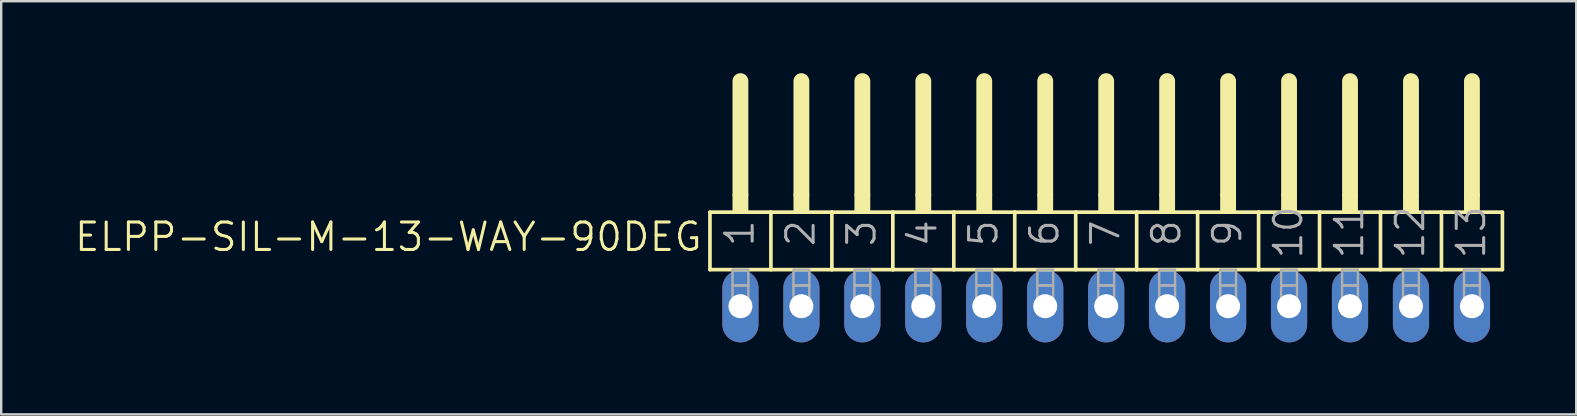
<source format=kicad_pcb>
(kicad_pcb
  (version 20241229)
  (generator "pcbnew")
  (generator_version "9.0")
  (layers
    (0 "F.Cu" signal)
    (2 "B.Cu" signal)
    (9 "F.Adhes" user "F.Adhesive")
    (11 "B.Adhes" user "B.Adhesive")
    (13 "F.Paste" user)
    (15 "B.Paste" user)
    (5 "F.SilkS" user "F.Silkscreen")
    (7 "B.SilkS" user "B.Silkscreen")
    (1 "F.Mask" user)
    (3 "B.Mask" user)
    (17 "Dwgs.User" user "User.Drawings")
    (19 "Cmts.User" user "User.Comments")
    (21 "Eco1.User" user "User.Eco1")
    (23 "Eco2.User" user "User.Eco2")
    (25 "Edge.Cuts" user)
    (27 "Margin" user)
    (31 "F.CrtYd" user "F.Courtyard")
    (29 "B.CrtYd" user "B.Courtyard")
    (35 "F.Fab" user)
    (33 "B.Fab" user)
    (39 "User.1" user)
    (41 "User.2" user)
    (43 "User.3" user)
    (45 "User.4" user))
  (footprint "ELPP-SIL-M-13-WAY-90DEG"
    (layer "F.Cu")
    (at 43.042 9.709)
    (property "Reference" "ELPP-SIL-M-13-WAY-90DEG" (at -16.764 -3.556 0) (unlocked yes) (layer "F.SilkS") (effects (font (size 1.143 1.143) (thickness 0.127)) (justify right top)))
    (fp_line (start -16.51 -3.918) (end -13.97 -3.918) (stroke (width 0.152) (type solid)) (layer "F.SilkS"))
    (fp_line (start -16.51 -1.524) (end -16.51 -3.918) (stroke (width 0.152) (type solid)) (layer "F.SilkS"))
    (fp_line (start -15.24 -4.68) (end -15.24 -9.379) (stroke (width 0.66) (type solid)) (layer "F.SilkS"))
    (fp_line (start -13.97 -3.918) (end -11.43 -3.918) (stroke (width 0.152) (type solid)) (layer "F.SilkS"))
    (fp_line (start -13.97 -1.524) (end -16.51 -1.524) (stroke (width 0.152) (type solid)) (layer "F.SilkS"))
    (fp_line (start -13.97 -1.524) (end -13.97 -3.918) (stroke (width 0.152) (type solid)) (layer "F.SilkS"))
    (fp_line (start -13.97 -1.524) (end -11.43 -1.524) (stroke (width 0.152) (type solid)) (layer "F.SilkS"))
    (fp_line (start -12.7 -4.68) (end -12.7 -9.379) (stroke (width 0.66) (type solid)) (layer "F.SilkS"))
    (fp_line (start -11.43 -3.918) (end -8.89 -3.918) (stroke (width 0.152) (type solid)) (layer "F.SilkS"))
    (fp_line (start -11.43 -1.524) (end -11.43 -3.918) (stroke (width 0.152) (type solid)) (layer "F.SilkS"))
    (fp_line (start -10.16 -4.68) (end -10.16 -9.379) (stroke (width 0.66) (type solid)) (layer "F.SilkS"))
    (fp_line (start -8.89 -3.918) (end -6.35 -3.918) (stroke (width 0.152) (type solid)) (layer "F.SilkS"))
    (fp_line (start -8.89 -1.524) (end -11.43 -1.524) (stroke (width 0.152) (type solid)) (layer "F.SilkS"))
    (fp_line (start -8.89 -1.524) (end -8.89 -3.918) (stroke (width 0.152) (type solid)) (layer "F.SilkS"))
    (fp_line (start -7.62 -4.68) (end -7.62 -9.379) (stroke (width 0.66) (type solid)) (layer "F.SilkS"))
    (fp_line (start -6.35 -3.918) (end -3.81 -3.918) (stroke (width 0.152) (type solid)) (layer "F.SilkS"))
    (fp_line (start -6.35 -1.524) (end -8.89 -1.524) (stroke (width 0.152) (type solid)) (layer "F.SilkS"))
    (fp_line (start -6.35 -1.524) (end -6.35 -3.918) (stroke (width 0.152) (type solid)) (layer "F.SilkS"))
    (fp_line (start -5.08 -4.68) (end -5.08 -9.379) (stroke (width 0.66) (type solid)) (layer "F.SilkS"))
    (fp_line (start -3.81 -3.918) (end -1.27 -3.918) (stroke (width 0.152) (type solid)) (layer "F.SilkS"))
    (fp_line (start -3.81 -1.524) (end -6.35 -1.524) (stroke (width 0.152) (type solid)) (layer "F.SilkS"))
    (fp_line (start -3.81 -1.524) (end -3.81 -3.918) (stroke (width 0.152) (type solid)) (layer "F.SilkS"))
    (fp_line (start -2.54 -4.68) (end -2.54 -9.379) (stroke (width 0.66) (type solid)) (layer "F.SilkS"))
    (fp_line (start -1.27 -3.918) (end 1.27 -3.918) (stroke (width 0.152) (type solid)) (layer "F.SilkS"))
    (fp_line (start -1.27 -1.524) (end -3.81 -1.524) (stroke (width 0.152) (type solid)) (layer "F.SilkS"))
    (fp_line (start -1.27 -1.524) (end -1.27 -3.918) (stroke (width 0.152) (type solid)) (layer "F.SilkS"))
    (fp_line (start -1.27 -1.524) (end 1.27 -1.524) (stroke (width 0.152) (type solid)) (layer "F.SilkS"))
    (fp_line (start 0 -4.68) (end 0 -9.379) (stroke (width 0.66) (type solid)) (layer "F.SilkS"))
    (fp_line (start 1.27 -3.918) (end 3.81 -3.918) (stroke (width 0.152) (type solid)) (layer "F.SilkS"))
    (fp_line (start 1.27 -1.524) (end 1.27 -3.918) (stroke (width 0.152) (type solid)) (layer "F.SilkS"))
    (fp_line (start 2.54 -4.68) (end 2.54 -9.379) (stroke (width 0.66) (type solid)) (layer "F.SilkS"))
    (fp_line (start 3.81 -3.918) (end 6.35 -3.918) (stroke (width 0.152) (type solid)) (layer "F.SilkS"))
    (fp_line (start 3.81 -1.524) (end 1.27 -1.524) (stroke (width 0.152) (type solid)) (layer "F.SilkS"))
    (fp_line (start 3.81 -1.524) (end 3.81 -3.918) (stroke (width 0.152) (type solid)) (layer "F.SilkS"))
    (fp_line (start 5.08 -4.68) (end 5.08 -9.379) (stroke (width 0.66) (type solid)) (layer "F.SilkS"))
    (fp_line (start 6.35 -3.918) (end 8.89 -3.918) (stroke (width 0.152) (type solid)) (layer "F.SilkS"))
    (fp_line (start 6.35 -1.524) (end 3.81 -1.524) (stroke (width 0.152) (type solid)) (layer "F.SilkS"))
    (fp_line (start 6.35 -1.524) (end 6.35 -3.918) (stroke (width 0.152) (type solid)) (layer "F.SilkS"))
    (fp_line (start 7.62 -4.68) (end 7.62 -9.379) (stroke (width 0.66) (type solid)) (layer "F.SilkS"))
    (fp_line (start 8.89 -3.918) (end 11.43 -3.918) (stroke (width 0.152) (type solid)) (layer "F.SilkS"))
    (fp_line (start 8.89 -1.524) (end 6.35 -1.524) (stroke (width 0.152) (type solid)) (layer "F.SilkS"))
    (fp_line (start 8.89 -1.524) (end 8.89 -3.918) (stroke (width 0.152) (type solid)) (layer "F.SilkS"))
    (fp_line (start 10.16 -4.68) (end 10.16 -9.379) (stroke (width 0.66) (type solid)) (layer "F.SilkS"))
    (fp_line (start 11.43 -3.918) (end 13.97 -3.918) (stroke (width 0.152) (type solid)) (layer "F.SilkS"))
    (fp_line (start 11.43 -1.524) (end 8.89 -1.524) (stroke (width 0.152) (type solid)) (layer "F.SilkS"))
    (fp_line (start 11.43 -1.524) (end 11.43 -3.918) (stroke (width 0.152) (type solid)) (layer "F.SilkS"))
    (fp_line (start 11.43 -1.524) (end 13.97 -1.524) (stroke (width 0.152) (type solid)) (layer "F.SilkS"))
    (fp_line (start 12.7 -4.68) (end 12.7 -9.379) (stroke (width 0.66) (type solid)) (layer "F.SilkS"))
    (fp_line (start 13.97 -3.918) (end 16.51 -3.918) (stroke (width 0.152) (type solid)) (layer "F.SilkS"))
    (fp_line (start 13.97 -1.524) (end 13.97 -3.918) (stroke (width 0.152) (type solid)) (layer "F.SilkS"))
    (fp_line (start 13.97 -1.524) (end 16.51 -1.524) (stroke (width 0.152) (type solid)) (layer "F.SilkS"))
    (fp_line (start 15.24 -4.68) (end 15.24 -9.379) (stroke (width 0.66) (type solid)) (layer "F.SilkS"))
    (fp_line (start 16.51 -1.524) (end 16.51 -3.918) (stroke (width 0.152) (type solid)) (layer "F.SilkS"))
    (fp_poly (pts (xy -15.57 -3.918) (xy -14.91 -3.918) (xy -14.91 -4.68) (xy -15.57 -4.68)) (stroke (width 0) (type default)) (fill yes) (layer "F.SilkS"))
    (fp_poly (pts (xy -13.03 -3.918) (xy -12.37 -3.918) (xy -12.37 -4.68) (xy -13.03 -4.68)) (stroke (width 0) (type default)) (fill yes) (layer "F.SilkS"))
    (fp_poly (pts (xy -10.49 -3.918) (xy -9.83 -3.918) (xy -9.83 -4.68) (xy -10.49 -4.68)) (stroke (width 0) (type default)) (fill yes) (layer "F.SilkS"))
    (fp_poly (pts (xy -7.95 -3.918) (xy -7.29 -3.918) (xy -7.29 -4.68) (xy -7.95 -4.68)) (stroke (width 0) (type default)) (fill yes) (layer "F.SilkS"))
    (fp_poly (pts (xy -5.41 -3.918) (xy -4.75 -3.918) (xy -4.75 -4.68) (xy -5.41 -4.68)) (stroke (width 0) (type default)) (fill yes) (layer "F.SilkS"))
    (fp_poly (pts (xy -2.87 -3.918) (xy -2.21 -3.918) (xy -2.21 -4.68) (xy -2.87 -4.68)) (stroke (width 0) (type default)) (fill yes) (layer "F.SilkS"))
    (fp_poly (pts (xy -0.33 -3.918) (xy 0.33 -3.918) (xy 0.33 -4.68) (xy -0.33 -4.68)) (stroke (width 0) (type default)) (fill yes) (layer "F.SilkS"))
    (fp_poly (pts (xy 2.21 -3.918) (xy 2.87 -3.918) (xy 2.87 -4.68) (xy 2.21 -4.68)) (stroke (width 0) (type default)) (fill yes) (layer "F.SilkS"))
    (fp_poly (pts (xy 4.75 -3.918) (xy 5.41 -3.918) (xy 5.41 -4.68) (xy 4.75 -4.68)) (stroke (width 0) (type default)) (fill yes) (layer "F.SilkS"))
    (fp_poly (pts (xy 7.29 -3.918) (xy 7.95 -3.918) (xy 7.95 -4.68) (xy 7.29 -4.68)) (stroke (width 0) (type default)) (fill yes) (layer "F.SilkS"))
    (fp_poly (pts (xy 9.83 -3.918) (xy 10.49 -3.918) (xy 10.49 -4.68) (xy 9.83 -4.68)) (stroke (width 0) (type default)) (fill yes) (layer "F.SilkS"))
    (fp_poly (pts (xy 12.37 -3.918) (xy 13.03 -3.918) (xy 13.03 -4.68) (xy 12.37 -4.68)) (stroke (width 0) (type default)) (fill yes) (layer "F.SilkS"))
    (fp_poly (pts (xy 14.91 -3.918) (xy 15.57 -3.918) (xy 15.57 -4.68) (xy 14.91 -4.68)) (stroke (width 0) (type default)) (fill yes) (layer "F.SilkS"))
    (fp_poly (pts (xy -15.57 -0.864) (xy -14.91 -0.864) (xy -14.91 -1.524) (xy -15.57 -1.524)) (stroke (width 0.1) (type default)) (fill no) (layer "F.Fab"))
    (fp_poly (pts (xy -15.57 0.33) (xy -14.91 0.33) (xy -14.91 -0.864) (xy -15.57 -0.864)) (stroke (width 0.1) (type default)) (fill no) (layer "F.Fab"))
    (fp_poly (pts (xy -13.03 -0.864) (xy -12.37 -0.864) (xy -12.37 -1.524) (xy -13.03 -1.524)) (stroke (width 0.1) (type default)) (fill no) (layer "F.Fab"))
    (fp_poly (pts (xy -13.03 0.33) (xy -12.37 0.33) (xy -12.37 -0.864) (xy -13.03 -0.864)) (stroke (width 0.1) (type default)) (fill no) (layer "F.Fab"))
    (fp_poly (pts (xy -10.49 -0.864) (xy -9.83 -0.864) (xy -9.83 -1.524) (xy -10.49 -1.524)) (stroke (width 0.1) (type default)) (fill no) (layer "F.Fab"))
    (fp_poly (pts (xy -10.49 0.33) (xy -9.83 0.33) (xy -9.83 -0.864) (xy -10.49 -0.864)) (stroke (width 0.1) (type default)) (fill no) (layer "F.Fab"))
    (fp_poly (pts (xy -7.95 -0.864) (xy -7.29 -0.864) (xy -7.29 -1.524) (xy -7.95 -1.524)) (stroke (width 0.1) (type default)) (fill no) (layer "F.Fab"))
    (fp_poly (pts (xy -7.95 0.33) (xy -7.29 0.33) (xy -7.29 -0.864) (xy -7.95 -0.864)) (stroke (width 0.1) (type default)) (fill no) (layer "F.Fab"))
    (fp_poly (pts (xy -5.41 -0.864) (xy -4.75 -0.864) (xy -4.75 -1.524) (xy -5.41 -1.524)) (stroke (width 0.1) (type default)) (fill no) (layer "F.Fab"))
    (fp_poly (pts (xy -5.41 0.33) (xy -4.75 0.33) (xy -4.75 -0.864) (xy -5.41 -0.864)) (stroke (width 0.1) (type default)) (fill no) (layer "F.Fab"))
    (fp_poly (pts (xy -2.87 -0.864) (xy -2.21 -0.864) (xy -2.21 -1.524) (xy -2.87 -1.524)) (stroke (width 0.1) (type default)) (fill no) (layer "F.Fab"))
    (fp_poly (pts (xy -2.87 0.33) (xy -2.21 0.33) (xy -2.21 -0.864) (xy -2.87 -0.864)) (stroke (width 0.1) (type default)) (fill no) (layer "F.Fab"))
    (fp_poly (pts (xy -0.33 -0.864) (xy 0.33 -0.864) (xy 0.33 -1.524) (xy -0.33 -1.524)) (stroke (width 0.1) (type default)) (fill no) (layer "F.Fab"))
    (fp_poly (pts (xy -0.33 0.33) (xy 0.33 0.33) (xy 0.33 -0.864) (xy -0.33 -0.864)) (stroke (width 0.1) (type default)) (fill no) (layer "F.Fab"))
    (fp_poly (pts (xy 2.21 -0.864) (xy 2.87 -0.864) (xy 2.87 -1.524) (xy 2.21 -1.524)) (stroke (width 0.1) (type default)) (fill no) (layer "F.Fab"))
    (fp_poly (pts (xy 2.21 0.33) (xy 2.87 0.33) (xy 2.87 -0.864) (xy 2.21 -0.864)) (stroke (width 0.1) (type default)) (fill no) (layer "F.Fab"))
    (fp_poly (pts (xy 4.75 -0.864) (xy 5.41 -0.864) (xy 5.41 -1.524) (xy 4.75 -1.524)) (stroke (width 0.1) (type default)) (fill no) (layer "F.Fab"))
    (fp_poly (pts (xy 4.75 0.33) (xy 5.41 0.33) (xy 5.41 -0.864) (xy 4.75 -0.864)) (stroke (width 0.1) (type default)) (fill no) (layer "F.Fab"))
    (fp_poly (pts (xy 7.29 -0.864) (xy 7.95 -0.864) (xy 7.95 -1.524) (xy 7.29 -1.524)) (stroke (width 0.1) (type default)) (fill no) (layer "F.Fab"))
    (fp_poly (pts (xy 7.29 0.33) (xy 7.95 0.33) (xy 7.95 -0.864) (xy 7.29 -0.864)) (stroke (width 0.1) (type default)) (fill no) (layer "F.Fab"))
    (fp_poly (pts (xy 9.83 -0.864) (xy 10.49 -0.864) (xy 10.49 -1.524) (xy 9.83 -1.524)) (stroke (width 0.1) (type default)) (fill no) (layer "F.Fab"))
    (fp_poly (pts (xy 9.83 0.33) (xy 10.49 0.33) (xy 10.49 -0.864) (xy 9.83 -0.864)) (stroke (width 0.1) (type default)) (fill no) (layer "F.Fab"))
    (fp_poly (pts (xy 12.37 -0.864) (xy 13.03 -0.864) (xy 13.03 -1.524) (xy 12.37 -1.524)) (stroke (width 0.1) (type default)) (fill no) (layer "F.Fab"))
    (fp_poly (pts (xy 12.37 0.33) (xy 13.03 0.33) (xy 13.03 -0.864) (xy 12.37 -0.864)) (stroke (width 0.1) (type default)) (fill no) (layer "F.Fab"))
    (fp_poly (pts (xy 14.91 -0.864) (xy 15.57 -0.864) (xy 15.57 -1.524) (xy 14.91 -1.524)) (stroke (width 0.1) (type default)) (fill no) (layer "F.Fab"))
    (fp_poly (pts (xy 14.91 0.33) (xy 15.57 0.33) (xy 15.57 -0.864) (xy 14.91 -0.864)) (stroke (width 0.1) (type default)) (fill no) (layer "F.Fab"))
    (fp_text user "7" (at 0.635 -2.413 90) (layer "F.Fab") (effects (font (size 1.143 1.143) (thickness 0.127)) (justify left bottom)))
    (fp_text user "2" (at -12.065 -2.413 90) (layer "F.Fab") (effects (font (size 1.143 1.143) (thickness 0.127)) (justify left bottom)))
    (fp_text user "6" (at -1.905 -2.413 90) (layer "F.Fab") (effects (font (size 1.143 1.143) (thickness 0.127)) (justify left bottom)))
    (fp_text user "8" (at 3.175 -2.413 90) (layer "F.Fab") (effects (font (size 1.143 1.143) (thickness 0.127)) (justify left bottom)))
    (fp_text user "12" (at 13.335 -1.905 90) (layer "F.Fab") (effects (font (size 1.143 1.143) (thickness 0.127)) (justify left bottom)))
    (fp_text user "5" (at -4.445 -2.413 90) (layer "F.Fab") (effects (font (size 1.143 1.143) (thickness 0.127)) (justify left bottom)))
    (fp_text user "4" (at -6.985 -2.413 90) (layer "F.Fab") (effects (font (size 1.143 1.143) (thickness 0.127)) (justify left bottom)))
    (fp_text user "13" (at 15.875 -1.905 90) (layer "F.Fab") (effects (font (size 1.143 1.143) (thickness 0.127)) (justify left bottom)))
    (fp_text user "10" (at 8.255 -1.905 90) (layer "F.Fab") (effects (font (size 1.143 1.143) (thickness 0.127)) (justify left bottom)))
    (fp_text user "11" (at 10.795 -1.905 90) (layer "F.Fab") (effects (font (size 1.143 1.143) (thickness 0.127)) (justify left bottom)))
    (fp_text user "9" (at 5.715 -2.413 90) (layer "F.Fab") (effects (font (size 1.143 1.143) (thickness 0.127)) (justify left bottom)))
    (fp_text user "1" (at -14.605 -2.413 90) (layer "F.Fab") (effects (font (size 1.143 1.143) (thickness 0.127)) (justify left bottom)))
    (fp_text user "3" (at -9.525 -2.413 90) (layer "F.Fab") (effects (font (size 1.143 1.143) (thickness 0.127)) (justify left bottom)))
    (pad "1" thru_hole oval (at -15.24 0 90) (size 3.016 1.508) (drill 1) (layers "*.Cu" "*.Mask"))
    (pad "2" thru_hole oval (at -12.7 0 90) (size 3.016 1.508) (drill 1) (layers "*.Cu" "*.Mask"))
    (pad "3" thru_hole oval (at -10.16 0 90) (size 3.016 1.508) (drill 1) (layers "*.Cu" "*.Mask"))
    (pad "4" thru_hole oval (at -7.62 0 90) (size 3.016 1.508) (drill 1) (layers "*.Cu" "*.Mask"))
    (pad "5" thru_hole oval (at -5.08 0 90) (size 3.016 1.508) (drill 1) (layers "*.Cu" "*.Mask"))
    (pad "6" thru_hole oval (at -2.54 0 90) (size 3.016 1.508) (drill 1) (layers "*.Cu" "*.Mask"))
    (pad "7" thru_hole oval (at 0 0 90) (size 3.016 1.508) (drill 1) (layers "*.Cu" "*.Mask"))
    (pad "8" thru_hole oval (at 2.54 0 90) (size 3.016 1.508) (drill 1) (layers "*.Cu" "*.Mask"))
    (pad "9" thru_hole oval (at 5.08 0 90) (size 3.016 1.508) (drill 1) (layers "*.Cu" "*.Mask"))
    (pad "10" thru_hole oval (at 7.62 0 90) (size 3.016 1.508) (drill 1) (layers "*.Cu" "*.Mask"))
    (pad "11" thru_hole oval (at 10.16 0 90) (size 3.016 1.508) (drill 1) (layers "*.Cu" "*.Mask"))
    (pad "12" thru_hole oval (at 12.7 0 90) (size 3.016 1.508) (drill 1) (layers "*.Cu" "*.Mask"))
    (pad "13" thru_hole oval (at 15.24 0 90) (size 3.016 1.508) (drill 1) (layers "*.Cu" "*.Mask")))
  (gr_rect
    (start -3 -3)
    (end 62.628 14.217)
    (stroke (width 0.1) (type default))
    (fill no)
    (layer "Edge.Cuts")))
</source>
